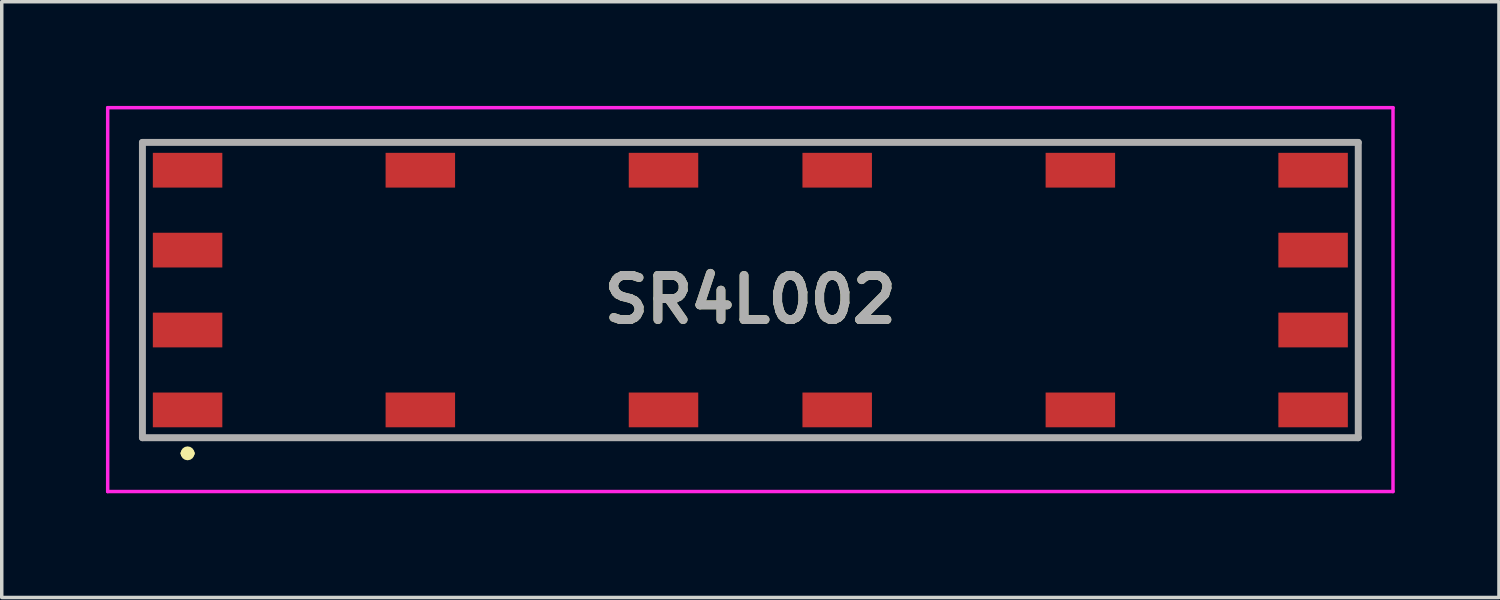
<source format=kicad_pcb>
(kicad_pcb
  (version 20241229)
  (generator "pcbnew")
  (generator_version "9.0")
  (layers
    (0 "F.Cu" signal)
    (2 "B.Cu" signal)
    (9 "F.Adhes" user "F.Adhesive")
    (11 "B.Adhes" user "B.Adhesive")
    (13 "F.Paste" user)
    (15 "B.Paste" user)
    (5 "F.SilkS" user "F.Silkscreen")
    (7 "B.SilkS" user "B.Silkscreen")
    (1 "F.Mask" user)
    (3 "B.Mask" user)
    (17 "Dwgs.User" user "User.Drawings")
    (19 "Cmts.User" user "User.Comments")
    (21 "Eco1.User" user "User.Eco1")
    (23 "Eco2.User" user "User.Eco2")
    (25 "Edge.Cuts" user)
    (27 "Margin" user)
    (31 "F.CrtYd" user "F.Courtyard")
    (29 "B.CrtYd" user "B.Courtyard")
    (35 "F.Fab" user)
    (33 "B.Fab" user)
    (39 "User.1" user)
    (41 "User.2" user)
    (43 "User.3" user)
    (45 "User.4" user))
  (footprint "SR4L002"
    (layer "F.Cu")
    (at 18.55 5.575)
    (property "Reference" "SR4L002" (at 0 0 0) (layer "F.SilkS") (effects (font (size 1.27 1.27) (thickness 0.254))))
    (attr smd)
    (fp_line (start -17.5 -4.525) (end 17.5 -4.525) (stroke (width 0.1) (type solid)) (layer "F.SilkS"))
    (fp_line (start -17.5 3.975) (end -17.5 -4.525) (stroke (width 0.1) (type solid)) (layer "F.SilkS"))
    (fp_line (start -16.3 4.425) (end -16.3 4.425) (stroke (width 0.2) (type solid)) (layer "F.SilkS"))
    (fp_line (start -16.1 4.425) (end -16.1 4.425) (stroke (width 0.2) (type solid)) (layer "F.SilkS"))
    (fp_line (start 17.5 -4.525) (end 17.5 3.975) (stroke (width 0.1) (type solid)) (layer "F.SilkS"))
    (fp_line (start 17.5 3.975) (end -17.5 3.975) (stroke (width 0.1) (type solid)) (layer "F.SilkS"))
    (fp_arc (start -16.3 4.425) (mid -16.2 4.325) (end -16.1 4.425) (stroke (width 0.2) (type solid)) (layer "F.SilkS"))
    (fp_arc (start -16.1 4.425) (mid -16.2 4.525) (end -16.3 4.425) (stroke (width 0.2) (type solid)) (layer "F.SilkS"))
    (fp_line (start -18.5 -5.525) (end 18.5 -5.525) (stroke (width 0.1) (type solid)) (layer "F.CrtYd"))
    (fp_line (start -18.5 5.525) (end -18.5 -5.525) (stroke (width 0.1) (type solid)) (layer "F.CrtYd"))
    (fp_line (start 18.5 -5.525) (end 18.5 5.525) (stroke (width 0.1) (type solid)) (layer "F.CrtYd"))
    (fp_line (start 18.5 5.525) (end -18.5 5.525) (stroke (width 0.1) (type solid)) (layer "F.CrtYd"))
    (fp_line (start -17.5 -4.525) (end 17.5 -4.525) (stroke (width 0.2) (type solid)) (layer "F.Fab"))
    (fp_line (start -17.5 3.975) (end -17.5 -4.525) (stroke (width 0.2) (type solid)) (layer "F.Fab"))
    (fp_line (start 17.5 -4.525) (end 17.5 3.975) (stroke (width 0.2) (type solid)) (layer "F.Fab"))
    (fp_line (start 17.5 3.975) (end -17.5 3.975) (stroke (width 0.2) (type solid)) (layer "F.Fab"))
    (fp_text user "${REFERENCE}" (at 0 0 0) (layer "F.Fab") (effects (font (size 1.27 1.27) (thickness 0.254))))
    (pad "1" smd rect (at -16.2 3.175 90) (size 1 2) (layers "F.Cu" "F.Mask" "F.Paste"))
    (pad "2" smd rect (at -9.5 3.175 90) (size 1 2) (layers "F.Cu" "F.Mask" "F.Paste"))
    (pad "3" smd rect (at -2.5 3.175 90) (size 1 2) (layers "F.Cu" "F.Mask" "F.Paste"))
    (pad "4" smd rect (at 2.5 3.175 90) (size 1 2) (layers "F.Cu" "F.Mask" "F.Paste"))
    (pad "5" smd rect (at 9.5 3.175 90) (size 1 2) (layers "F.Cu" "F.Mask" "F.Paste"))
    (pad "6" smd rect (at 16.2 3.175 90) (size 1 2) (layers "F.Cu" "F.Mask" "F.Paste"))
    (pad "7" smd rect (at 16.2 0.875 90) (size 1 2) (layers "F.Cu" "F.Mask" "F.Paste"))
    (pad "8" smd rect (at 16.2 -1.425 90) (size 1 2) (layers "F.Cu" "F.Mask" "F.Paste"))
    (pad "9" smd rect (at 16.2 -3.725 90) (size 1 2) (layers "F.Cu" "F.Mask" "F.Paste"))
    (pad "10" smd rect (at 9.5 -3.725 90) (size 1 2) (layers "F.Cu" "F.Mask" "F.Paste"))
    (pad "11" smd rect (at 2.5 -3.725 90) (size 1 2) (layers "F.Cu" "F.Mask" "F.Paste"))
    (pad "12" smd rect (at -2.5 -3.725 90) (size 1 2) (layers "F.Cu" "F.Mask" "F.Paste"))
    (pad "13" smd rect (at -9.5 -3.725 90) (size 1 2) (layers "F.Cu" "F.Mask" "F.Paste"))
    (pad "14" smd rect (at -16.2 -3.725 90) (size 1 2) (layers "F.Cu" "F.Mask" "F.Paste"))
    (pad "15" smd rect (at -16.2 -1.425 90) (size 1 2) (layers "F.Cu" "F.Mask" "F.Paste"))
    (pad "16" smd rect (at -16.2 0.875 90) (size 1 2) (layers "F.Cu" "F.Mask" "F.Paste")))
  (gr_rect
    (start -3 -3)
    (end 40.1 14.15)
    (stroke (width 0.1) (type default))
    (fill no)
    (layer "Edge.Cuts")))
</source>
